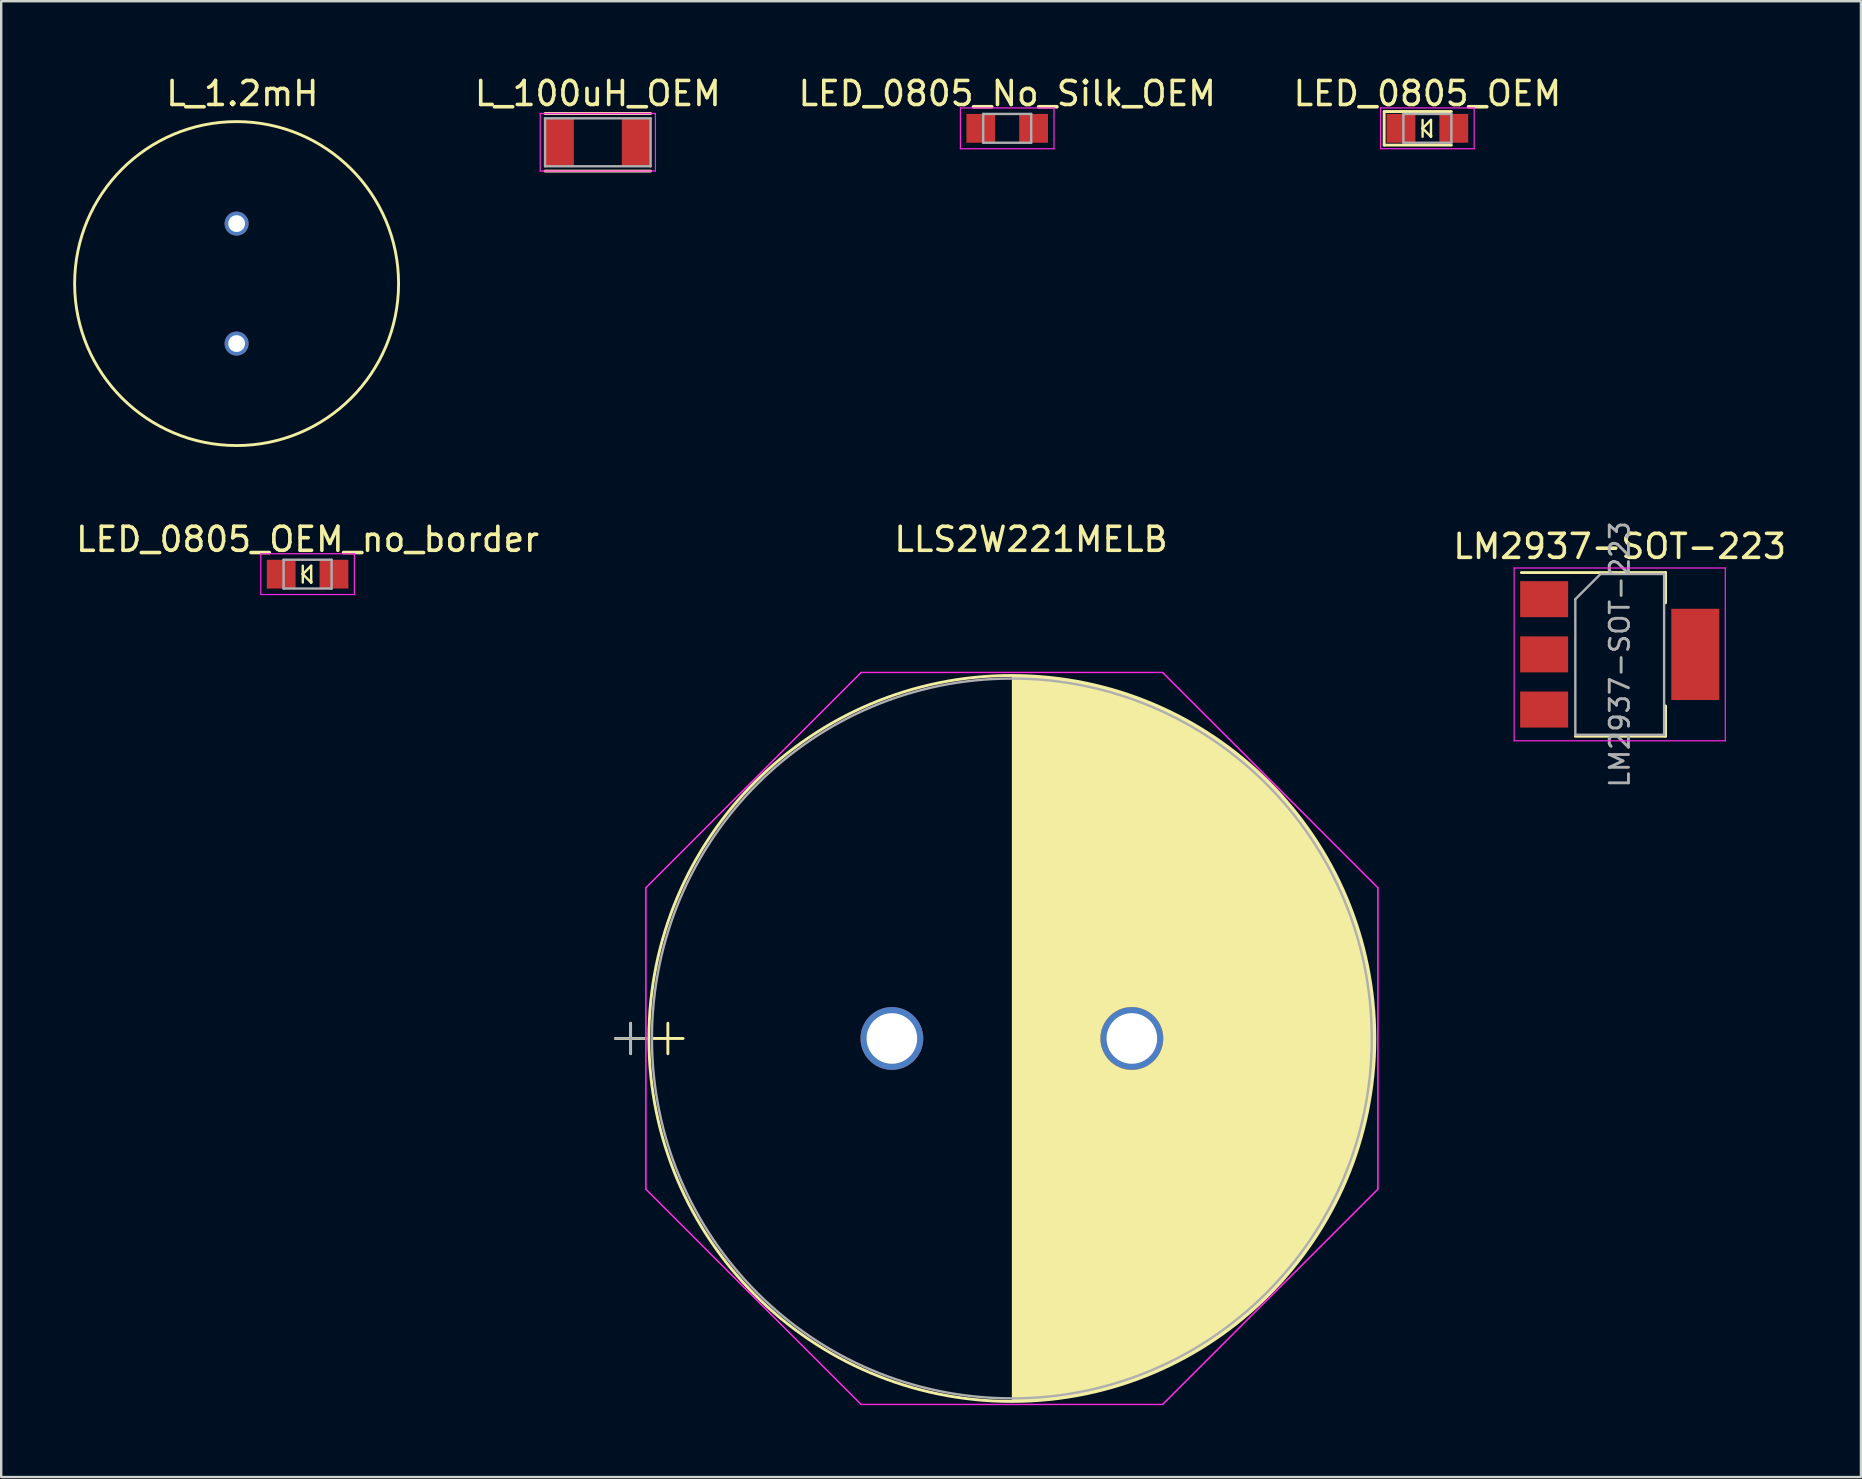
<source format=kicad_pcb>
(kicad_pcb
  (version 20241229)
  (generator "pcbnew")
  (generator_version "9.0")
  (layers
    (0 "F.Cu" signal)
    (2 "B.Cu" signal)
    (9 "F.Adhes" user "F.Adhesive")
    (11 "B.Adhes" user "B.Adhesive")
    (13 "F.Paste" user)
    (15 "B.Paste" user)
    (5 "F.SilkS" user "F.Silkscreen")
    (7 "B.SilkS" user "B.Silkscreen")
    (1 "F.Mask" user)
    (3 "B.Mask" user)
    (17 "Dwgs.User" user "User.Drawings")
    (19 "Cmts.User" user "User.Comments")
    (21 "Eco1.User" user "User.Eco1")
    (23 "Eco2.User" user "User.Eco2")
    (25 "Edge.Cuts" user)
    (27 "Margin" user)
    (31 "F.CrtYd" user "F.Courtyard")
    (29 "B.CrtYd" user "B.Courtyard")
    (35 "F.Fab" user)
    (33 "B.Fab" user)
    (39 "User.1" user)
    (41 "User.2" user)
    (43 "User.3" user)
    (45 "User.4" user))
  (footprint "LM2937-SOT-223"
    (layer "F.Cu")
    (at 64.45 24.221)
    (property "Reference" "LM2937-SOT-223" (at 0 -4.5 0) (layer "F.SilkS") (effects (font (size 1 1) (thickness 0.15))))
    (attr smd)
    (fp_line (start -4.1 -3.41) (end 1.91 -3.41) (stroke (width 0.12) (type solid)) (layer "F.SilkS"))
    (fp_line (start -1.85 3.41) (end 1.91 3.41) (stroke (width 0.12) (type solid)) (layer "F.SilkS"))
    (fp_line (start 1.91 -3.41) (end 1.91 -2.15) (stroke (width 0.12) (type solid)) (layer "F.SilkS"))
    (fp_line (start 1.91 3.41) (end 1.91 2.15) (stroke (width 0.12) (type solid)) (layer "F.SilkS"))
    (fp_line (start -4.4 -3.6) (end -4.4 3.6) (stroke (width 0.05) (type solid)) (layer "F.CrtYd"))
    (fp_line (start -4.4 3.6) (end 4.4 3.6) (stroke (width 0.05) (type solid)) (layer "F.CrtYd"))
    (fp_line (start 4.4 -3.6) (end -4.4 -3.6) (stroke (width 0.05) (type solid)) (layer "F.CrtYd"))
    (fp_line (start 4.4 3.6) (end 4.4 -3.6) (stroke (width 0.05) (type solid)) (layer "F.CrtYd"))
    (fp_line (start -1.85 -2.3) (end -1.85 3.35) (stroke (width 0.1) (type solid)) (layer "F.Fab"))
    (fp_line (start -1.85 -2.3) (end -0.8 -3.35) (stroke (width 0.1) (type solid)) (layer "F.Fab"))
    (fp_line (start -1.85 3.35) (end 1.85 3.35) (stroke (width 0.1) (type solid)) (layer "F.Fab"))
    (fp_line (start -0.8 -3.35) (end 1.85 -3.35) (stroke (width 0.1) (type solid)) (layer "F.Fab"))
    (fp_line (start 1.85 -3.35) (end 1.85 3.35) (stroke (width 0.1) (type solid)) (layer "F.Fab"))
    (fp_text user "${REFERENCE}" (at 0 0 90) (layer "F.Fab") (effects (font (size 0.8 0.8) (thickness 0.12))))
    (pad "1" smd rect (at -3.15 -2.3) (size 2 1.5) (layers "F.Cu" "F.Mask" "F.Paste"))
    (pad "2" smd rect (at -3.15 0) (size 2 1.5) (layers "F.Cu" "F.Mask" "F.Paste"))
    (pad "3" smd rect (at -3.15 2.3) (size 2 1.5) (layers "F.Cu" "F.Mask" "F.Paste"))
    (pad "4" smd rect (at 3.15 0) (size 2 3.8) (layers "F.Cu" "F.Mask" "F.Paste")))
  (footprint "L_100uH_OEM"
    (layer "F.Cu")
    (at 21.864 2.88)
    (property "Reference" "L_100uH_OEM" (at 0 -2.032 0) (layer "F.SilkS") (effects (font (size 1 1) (thickness 0.15))))
    (attr smd)
    (fp_line (start -2.2 -1.2) (end 2.2 -1.2) (stroke (width 0.12) (type solid)) (layer "F.SilkS"))
    (fp_line (start 2.2 1.2) (end -2.2 1.2) (stroke (width 0.12) (type solid)) (layer "F.SilkS"))
    (fp_line (start -2.4 -1.2) (end 2.4 -1.2) (stroke (width 0.05) (type solid)) (layer "F.CrtYd"))
    (fp_line (start -2.4 1.2) (end -2.4 -1.2) (stroke (width 0.05) (type solid)) (layer "F.CrtYd"))
    (fp_line (start 2.4 1.2) (end -2.4 1.2) (stroke (width 0.05) (type solid)) (layer "F.CrtYd"))
    (fp_line (start 2.4 1.2) (end 2.4 -1.2) (stroke (width 0.05) (type solid)) (layer "F.CrtYd"))
    (fp_line (start -2.2 -1) (end 2.2 -1) (stroke (width 0.1) (type solid)) (layer "F.Fab"))
    (fp_line (start -2.2 1) (end -2.2 -1) (stroke (width 0.1) (type solid)) (layer "F.Fab"))
    (fp_line (start 2.2 -1) (end 2.2 1) (stroke (width 0.1) (type solid)) (layer "F.Fab"))
    (fp_line (start 2.2 1) (end -2.2 1) (stroke (width 0.1) (type solid)) (layer "F.Fab"))
    (pad "1" smd rect (at -1.6 0) (size 1.2 2) (layers "F.Cu" "F.Mask" "F.Paste"))
    (pad "2" smd rect (at 1.6 0) (size 1.2 2) (layers "F.Cu" "F.Mask" "F.Paste")))
  (footprint "LED_0805_OEM"
    (layer "F.Cu")
    (at 56.435 2.298)
    (property "Reference" "LED_0805_OEM" (at 0 -1.45 0) (layer "F.SilkS") (effects (font (size 1 1) (thickness 0.15))))
    (attr smd)
    (fp_line (start -1.8 -0.7) (end -1.8 0.7) (stroke (width 0.12) (type solid)) (layer "F.SilkS"))
    (fp_line (start -1.8 -0.7) (end 1 -0.7) (stroke (width 0.12) (type solid)) (layer "F.SilkS"))
    (fp_line (start -1.8 0.7) (end 1 0.7) (stroke (width 0.12) (type solid)) (layer "F.SilkS"))
    (fp_line (start -0.2 0) (end -0.2 -0.35) (stroke (width 0.1) (type solid)) (layer "F.SilkS"))
    (fp_line (start -0.2 0) (end 0.1 -0.3) (stroke (width 0.1) (type solid)) (layer "F.SilkS"))
    (fp_line (start -0.2 0.35) (end -0.2 0) (stroke (width 0.1) (type solid)) (layer "F.SilkS"))
    (fp_line (start 0.1 -0.3) (end 0.15 -0.35) (stroke (width 0.1) (type solid)) (layer "F.SilkS"))
    (fp_line (start 0.15 -0.35) (end 0.15 0.3) (stroke (width 0.1) (type solid)) (layer "F.SilkS"))
    (fp_line (start 0.15 0.3) (end 0.15 0.35) (stroke (width 0.1) (type solid)) (layer "F.SilkS"))
    (fp_line (start 0.15 0.35) (end -0.2 0) (stroke (width 0.1) (type solid)) (layer "F.SilkS"))
    (fp_line (start 0.15 0.35) (end 0.15 0.3) (stroke (width 0.1) (type solid)) (layer "F.SilkS"))
    (fp_line (start -1.95 -0.85) (end 1.95 -0.85) (stroke (width 0.05) (type solid)) (layer "F.CrtYd"))
    (fp_line (start -1.95 0.85) (end -1.95 -0.85) (stroke (width 0.05) (type solid)) (layer "F.CrtYd"))
    (fp_line (start 1.95 -0.85) (end 1.95 0.85) (stroke (width 0.05) (type solid)) (layer "F.CrtYd"))
    (fp_line (start 1.95 0.85) (end -1.95 0.85) (stroke (width 0.05) (type solid)) (layer "F.CrtYd"))
    (fp_line (start -1 -0.6) (end 1 -0.6) (stroke (width 0.1) (type solid)) (layer "F.Fab"))
    (fp_line (start -1 0.6) (end -1 -0.6) (stroke (width 0.1) (type solid)) (layer "F.Fab"))
    (fp_line (start 1 -0.6) (end 1 0.6) (stroke (width 0.1) (type solid)) (layer "F.Fab"))
    (fp_line (start 1 0.6) (end -1 0.6) (stroke (width 0.1) (type solid)) (layer "F.Fab"))
    (pad "1" smd rect (at -1.1 0 180) (size 1.2 1.2) (layers "F.Cu" "F.Mask" "F.Paste"))
    (pad "2" smd rect (at 1.1 0 180) (size 1.2 1.2) (layers "F.Cu" "F.Mask" "F.Paste")))
  (footprint "LLS2W221MELB"
    (layer "F.Cu")
    (at 34.118 40.227)
    (property "Reference" "LLS2W221MELB" (at 5.8 -20.8 0) (layer "F.SilkS") (effects (font (size 1 1) (thickness 0.15))))
    (attr through_hole)
    (fp_line (start -11.523 0) (end -10.253 0) (stroke (width 0.12) (type solid)) (layer "F.SilkS"))
    (fp_line (start -10.888 -0.635) (end -10.888 0.635) (stroke (width 0.12) (type solid)) (layer "F.SilkS"))
    (fp_line (start -9.97 0) (end -8.7 0) (stroke (width 0.12) (type solid)) (layer "F.SilkS"))
    (fp_line (start -9.335 -0.635) (end -9.335 0.635) (stroke (width 0.12) (type solid)) (layer "F.SilkS"))
    (fp_circle (center 5 0) (end 20.126 0) (stroke (width 0.12) (type solid)) (fill no) (layer "F.SilkS"))
    (fp_poly (pts (xy 5 -15.126) (xy 5 -15.126) (xy 5 -15.126)) (stroke (width 0) (type solid)) (fill yes) (layer "F.SilkS"))
    (fp_poly (pts (xy 5.777 -15.105) (xy 6.545 -15.046) (xy 7.301 -14.949) (xy 8.046 -14.816) (xy 8.777 -14.646) (xy 9.494 -14.442) (xy 10.196 -14.204) (xy 10.882 -13.933) (xy 11.552 -13.629) (xy 12.203 -13.295) (xy 12.836 -12.931) (xy 13.449 -12.537) (xy 14.041 -12.115) (xy 14.612 -11.666) (xy 15.16 -11.191) (xy 15.685 -10.69) (xy 16.185 -10.165) (xy 16.66 -9.616) (xy 17.109 -9.045) (xy 17.53 -8.452) (xy 17.923 -7.839) (xy 18.286 -7.205) (xy 18.62 -6.554) (xy 18.923 -5.884) (xy 19.193 -5.197) (xy 19.431 -4.495) (xy 19.634 -3.778) (xy 19.803 -3.046) (xy 19.936 -2.302) (xy 20.032 -1.546) (xy 20.09 -0.778) (xy 20.11 -0.000154) (xy 20.09 0.778) (xy 20.032 1.545) (xy 19.936 2.302) (xy 19.803 3.046) (xy 19.634 3.777) (xy 19.431 4.495) (xy 19.193 5.197) (xy 18.923 5.884) (xy 18.62 6.553) (xy 18.287 7.205) (xy 17.923 7.838) (xy 17.53 8.452) (xy 17.109 9.045) (xy 16.66 9.616) (xy 16.185 10.165) (xy 15.685 10.69) (xy 15.16 11.191) (xy 14.612 11.666) (xy 14.042 12.115) (xy 13.449 12.537) (xy 12.836 12.93) (xy 12.203 13.295) (xy 11.552 13.629) (xy 10.882 13.932) (xy 10.196 14.204) (xy 9.494 14.442) (xy 8.777 14.646) (xy 8.046 14.816) (xy 7.302 14.949) (xy 6.545 15.046) (xy 5.778 15.105) (xy 5 15.126) (xy 5 0.000029) (xy 8.692 0.000029) (xy 8.692 0.044) (xy 8.695 0.087) (xy 8.698 0.13) (xy 8.703 0.173) (xy 8.71 0.216) (xy 8.717 0.258) (xy 8.727 0.3) (xy 8.737 0.341) (xy 8.749 0.382) (xy 8.762 0.423) (xy 8.776 0.463) (xy 8.792 0.502) (xy 8.809 0.541) (xy 8.827 0.579) (xy 8.846 0.617) (xy 8.867 0.654) (xy 8.889 0.69) (xy 8.912 0.726) (xy 8.936 0.761) (xy 8.961 0.795) (xy 8.987 0.828) (xy 9.015 0.861) (xy 9.043 0.892) (xy 9.073 0.923) (xy 9.104 0.953) (xy 9.135 0.982) (xy 9.168 1.01) (xy 9.202 1.036) (xy 9.236 1.062) (xy 9.272 1.087) (xy 9.308 1.11) (xy 9.346 1.133) (xy 9.423 1.174) (xy 9.502 1.21) (xy 9.582 1.24) (xy 9.664 1.264) (xy 9.747 1.284) (xy 9.831 1.297) (xy 9.915 1.305) (xy 10 1.308) (xy 10.085 1.305) (xy 10.169 1.297) (xy 10.253 1.284) (xy 10.336 1.264) (xy 10.418 1.24) (xy 10.498 1.21) (xy 10.577 1.174) (xy 10.654 1.133) (xy 10.728 1.087) (xy 10.798 1.036) (xy 10.865 0.982) (xy 10.927 0.923) (xy 10.985 0.861) (xy 11.039 0.795) (xy 11.088 0.726) (xy 11.133 0.654) (xy 11.173 0.579) (xy 11.208 0.502) (xy 11.238 0.423) (xy 11.263 0.341) (xy 11.282 0.258) (xy 11.297 0.173) (xy 11.305 0.087) (xy 11.308 0.000029) (xy 11.306 -0.068) (xy 11.301 -0.136) (xy 11.292 -0.202) (xy 11.28 -0.269) (xy 11.265 -0.334) (xy 11.246 -0.398) (xy 11.224 -0.461) (xy 11.199 -0.523) (xy 11.171 -0.584) (xy 11.139 -0.643) (xy 11.105 -0.7) (xy 11.068 -0.756) (xy 11.027 -0.81) (xy 10.984 -0.862) (xy 10.938 -0.911) (xy 10.89 -0.959) (xy 10.839 -1.004) (xy 10.785 -1.046) (xy 10.731 -1.085) (xy 10.674 -1.121) (xy 10.615 -1.154) (xy 10.556 -1.184) (xy 10.494 -1.211) (xy 10.432 -1.235) (xy 10.368 -1.255) (xy 10.304 -1.272) (xy 10.238 -1.286) (xy 10.172 -1.297) (xy 10.105 -1.304) (xy 10.038 -1.307) (xy 9.97 -1.308) (xy 9.902 -1.304) (xy 9.902 -1.304) (xy 9.838 -1.298) (xy 9.776 -1.289) (xy 9.714 -1.277) (xy 9.654 -1.262) (xy 9.595 -1.244) (xy 9.537 -1.224) (xy 9.48 -1.201) (xy 9.425 -1.175) (xy 9.371 -1.147) (xy 9.319 -1.117) (xy 9.268 -1.084) (xy 9.219 -1.05) (xy 9.172 -1.013) (xy 9.126 -0.974) (xy 9.083 -0.932) (xy 9.041 -0.89) (xy 9.001 -0.845) (xy 8.964 -0.798) (xy 8.928 -0.75) (xy 8.895 -0.7) (xy 8.864 -0.648) (xy 8.835 -0.595) (xy 8.809 -0.541) (xy 8.785 -0.485) (xy 8.764 -0.428) (xy 8.745 -0.37) (xy 8.729 -0.311) (xy 8.716 -0.25) (xy 8.705 -0.189) (xy 8.698 -0.127) (xy 8.693 -0.064) (xy 8.692 0.000029) (xy 5 0.000029) (xy 5 -15.126)) (stroke (width 0) (type solid)) (fill yes) (layer "F.SilkS"))
    (fp_line (start -10.253 -6.281) (end -1.281 -15.253) (stroke (width 0.05) (type solid)) (layer "F.CrtYd"))
    (fp_line (start -10.253 -6.281) (end -1.281 -15.253) (stroke (width 0.05) (type solid)) (layer "F.CrtYd"))
    (fp_line (start -10.253 6.281) (end -10.253 -6.281) (stroke (width 0.05) (type solid)) (layer "F.CrtYd"))
    (fp_line (start -10.253 6.281) (end -10.253 -6.281) (stroke (width 0.05) (type solid)) (layer "F.CrtYd"))
    (fp_line (start -1.281 -15.253) (end 11.281 -15.253) (stroke (width 0.05) (type solid)) (layer "F.CrtYd"))
    (fp_line (start -1.281 -15.253) (end 11.281 -15.253) (stroke (width 0.05) (type solid)) (layer "F.CrtYd"))
    (fp_line (start -1.281 15.253) (end -10.253 6.281) (stroke (width 0.05) (type solid)) (layer "F.CrtYd"))
    (fp_line (start -1.281 15.253) (end -10.253 6.281) (stroke (width 0.05) (type solid)) (layer "F.CrtYd"))
    (fp_line (start 11.281 -15.253) (end 20.253 -6.281) (stroke (width 0.05) (type solid)) (layer "F.CrtYd"))
    (fp_line (start 11.281 -15.253) (end 20.253 -6.281) (stroke (width 0.05) (type solid)) (layer "F.CrtYd"))
    (fp_line (start 11.281 15.253) (end -1.281 15.253) (stroke (width 0.05) (type solid)) (layer "F.CrtYd"))
    (fp_line (start 11.281 15.253) (end -1.281 15.253) (stroke (width 0.05) (type solid)) (layer "F.CrtYd"))
    (fp_line (start 20.253 -6.281) (end 20.253 6.281) (stroke (width 0.05) (type solid)) (layer "F.CrtYd"))
    (fp_line (start 20.253 -6.281) (end 20.253 6.281) (stroke (width 0.05) (type solid)) (layer "F.CrtYd"))
    (fp_line (start 20.253 6.281) (end 11.281 15.253) (stroke (width 0.05) (type solid)) (layer "F.CrtYd"))
    (fp_line (start 20.253 6.281) (end 11.281 15.253) (stroke (width 0.05) (type solid)) (layer "F.CrtYd"))
    (fp_line (start -11.523 0) (end -10.253 0) (stroke (width 0.1) (type solid)) (layer "F.Fab"))
    (fp_line (start -10.888 -0.635) (end -10.888 0.635) (stroke (width 0.1) (type solid)) (layer "F.Fab"))
    (fp_circle (center 5 0) (end 19.999 0) (stroke (width 0.1) (type solid)) (fill no) (layer "F.Fab"))
    (pad "1" thru_hole circle (at 0 0) (size 2.616 2.616) (drill 2.108) (layers "*.Cu" "*.Mask"))
    (pad "2" thru_hole circle (at 10 0) (size 2.616 2.616) (drill 2.108) (layers "*.Cu" "*.Mask")))
  (footprint "LED_0805_No_Silk_OEM"
    (layer "F.Cu")
    (at 38.924 2.298)
    (property "Reference" "LED_0805_No_Silk_OEM" (at 0 -1.45 0) (layer "F.SilkS") (effects (font (size 1 1) (thickness 0.15))))
    (attr smd)
    (fp_line (start -1.95 -0.85) (end 1.95 -0.85) (stroke (width 0.05) (type solid)) (layer "F.CrtYd"))
    (fp_line (start -1.95 0.85) (end -1.95 -0.85) (stroke (width 0.05) (type solid)) (layer "F.CrtYd"))
    (fp_line (start 1.95 -0.85) (end 1.95 0.85) (stroke (width 0.05) (type solid)) (layer "F.CrtYd"))
    (fp_line (start 1.95 0.85) (end -1.95 0.85) (stroke (width 0.05) (type solid)) (layer "F.CrtYd"))
    (fp_line (start -1 -0.6) (end 1 -0.6) (stroke (width 0.1) (type solid)) (layer "F.Fab"))
    (fp_line (start -1 0.6) (end -1 -0.6) (stroke (width 0.1) (type solid)) (layer "F.Fab"))
    (fp_line (start 1 -0.6) (end 1 0.6) (stroke (width 0.1) (type solid)) (layer "F.Fab"))
    (fp_line (start 1 0.6) (end -1 0.6) (stroke (width 0.1) (type solid)) (layer "F.Fab"))
    (pad "1" smd rect (at -1.1 0 180) (size 1.2 1.2) (layers "F.Cu" "F.Mask" "F.Paste"))
    (pad "2" smd rect (at 1.1 0 180) (size 1.2 1.2) (layers "F.Cu" "F.Mask" "F.Paste")))
  (footprint "L_1.2mH"
    (layer "F.Cu")
    (at 6.81 6.268)
    (property "Reference" "L_1.2mH" (at 0.24 -5.42 0) (layer "F.SilkS") (effects (font (size 1 1) (thickness 0.15))))
    (attr through_hole)
    (fp_circle (center 0 2.5) (end 6.75 2.5) (stroke (width 0.12) (type solid)) (fill no) (layer "F.SilkS"))
    (pad "1" thru_hole circle (at 0 0) (size 1 1) (drill 0.7) (layers "*.Cu" "*.Mask"))
    (pad "2" thru_hole circle (at 0 5) (size 1 1) (drill 0.7) (layers "*.Cu" "*.Mask")))
  (footprint "LED_0805_OEM_no_border"
    (layer "F.Cu")
    (at 9.768 20.877)
    (property "Reference" "LED_0805_OEM_no_border" (at 0 -1.45 0) (layer "F.SilkS") (effects (font (size 1 1) (thickness 0.15))))
    (attr smd)
    (fp_line (start -0.2 0) (end -0.2 -0.35) (stroke (width 0.1) (type solid)) (layer "F.SilkS"))
    (fp_line (start -0.2 0) (end 0.1 -0.3) (stroke (width 0.1) (type solid)) (layer "F.SilkS"))
    (fp_line (start -0.2 0.35) (end -0.2 0) (stroke (width 0.1) (type solid)) (layer "F.SilkS"))
    (fp_line (start 0.1 -0.3) (end 0.15 -0.35) (stroke (width 0.1) (type solid)) (layer "F.SilkS"))
    (fp_line (start 0.15 -0.35) (end 0.15 0.3) (stroke (width 0.1) (type solid)) (layer "F.SilkS"))
    (fp_line (start 0.15 0.3) (end 0.15 0.35) (stroke (width 0.1) (type solid)) (layer "F.SilkS"))
    (fp_line (start 0.15 0.35) (end -0.2 0) (stroke (width 0.1) (type solid)) (layer "F.SilkS"))
    (fp_line (start 0.15 0.35) (end 0.15 0.3) (stroke (width 0.1) (type solid)) (layer "F.SilkS"))
    (fp_line (start -1.95 -0.85) (end 1.95 -0.85) (stroke (width 0.05) (type solid)) (layer "F.CrtYd"))
    (fp_line (start -1.95 0.85) (end -1.95 -0.85) (stroke (width 0.05) (type solid)) (layer "F.CrtYd"))
    (fp_line (start 1.95 -0.85) (end 1.95 0.85) (stroke (width 0.05) (type solid)) (layer "F.CrtYd"))
    (fp_line (start 1.95 0.85) (end -1.95 0.85) (stroke (width 0.05) (type solid)) (layer "F.CrtYd"))
    (fp_line (start -1 -0.6) (end 1 -0.6) (stroke (width 0.1) (type solid)) (layer "F.Fab"))
    (fp_line (start -1 0.6) (end -1 -0.6) (stroke (width 0.1) (type solid)) (layer "F.Fab"))
    (fp_line (start 1 -0.6) (end 1 0.6) (stroke (width 0.1) (type solid)) (layer "F.Fab"))
    (fp_line (start 1 0.6) (end -1 0.6) (stroke (width 0.1) (type solid)) (layer "F.Fab"))
    (pad "1" smd rect (at -1.1 0 180) (size 1.2 1.2) (layers "F.Cu" "F.Mask" "F.Paste"))
    (pad "2" smd rect (at 1.1 0 180) (size 1.2 1.2) (layers "F.Cu" "F.Mask" "F.Paste")))
  (gr_rect
    (start -3 -3)
    (end 74.503 58.504)
    (stroke (width 0.1) (type default))
    (fill no)
    (layer "Edge.Cuts")))
</source>
